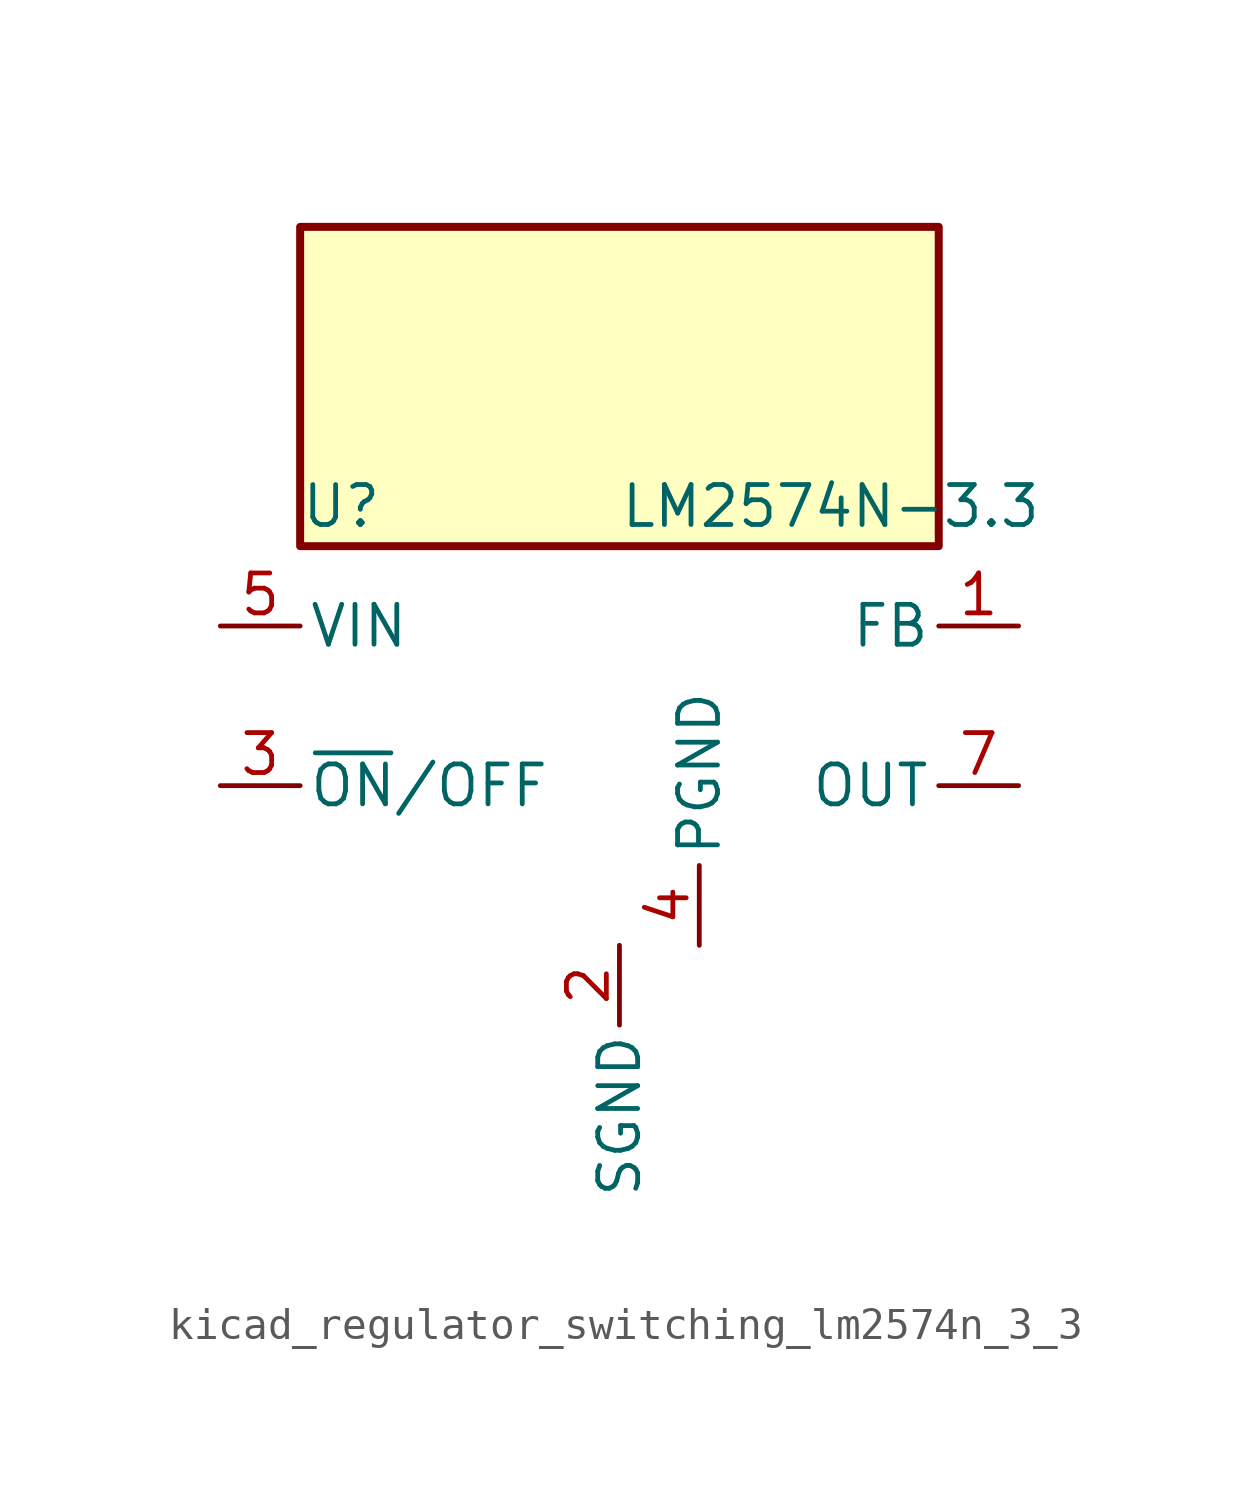
<source format=kicad_sym>
(kicad_symbol_lib
  (version 20220914)
  (generator kicad_symbol_editor)
  (symbol "kicad_regulator_switching_lm2574n_3_3"
    (pin_names
      (offset 0.254))
    (property "Reference" "U"
      (at -10.16 6.35 0)
      (effects (font (size 1.27 1.27)) (justify left)))
    (property "Value" "LM2574N-3.3"
      (at 0 6.35 0)
      (effects (font (size 1.27 1.27)) (justify left)))
    (symbol "kicad_regulator_switching_lm2574n_3_3_0_1"
      (rectangle (start 10.16 15.24) (end -10.16 5.08) (stroke (width 0.254) (type default)) (fill (type background))))
    (symbol "kicad_regulator_switching_lm2574n_3_3_1_1"
      (pin input line (at 12.7 2.54 180) (length 2.54) (name "FB" (effects (font (size 1.27 1.27)))) (number "1" (effects (font (size 1.27 1.27)))))
      (pin power_in line (at 0 -7.62 270) (length 2.54) (name "SGND" (effects (font (size 1.27 1.27)))) (number "2" (effects (font (size 1.27 1.27)))))
      (pin input line (at -12.7 -2.54 0) (length 2.54) (name "~{ON}/OFF" (effects (font (size 1.27 1.27)))) (number "3" (effects (font (size 1.27 1.27)))))
      (pin power_in line (at 2.54 -7.62 90) (length 2.54) (name "PGND" (effects (font (size 1.27 1.27)))) (number "4" (effects (font (size 1.27 1.27)))))
      (pin power_in line (at -12.7 2.54 0) (length 2.54) (name "VIN" (effects (font (size 1.27 1.27)))) (number "5" (effects (font (size 1.27 1.27)))))
      (pin no_connect line (at -10.16 0 0) (length 2.54) hide (name "NC" (effects (font (size 1.27 1.27)))) (number "6" (effects (font (size 1.27 1.27)))))
      (pin output line (at 12.7 -2.54 180) (length 2.54) (name "OUT" (effects (font (size 1.27 1.27)))) (number "7" (effects (font (size 1.27 1.27)))))
      (pin no_connect line (at 10.16 0 180) (length 2.54) hide (name "NC" (effects (font (size 1.27 1.27)))) (number "8" (effects (font (size 1.27 1.27))))))))
</source>
